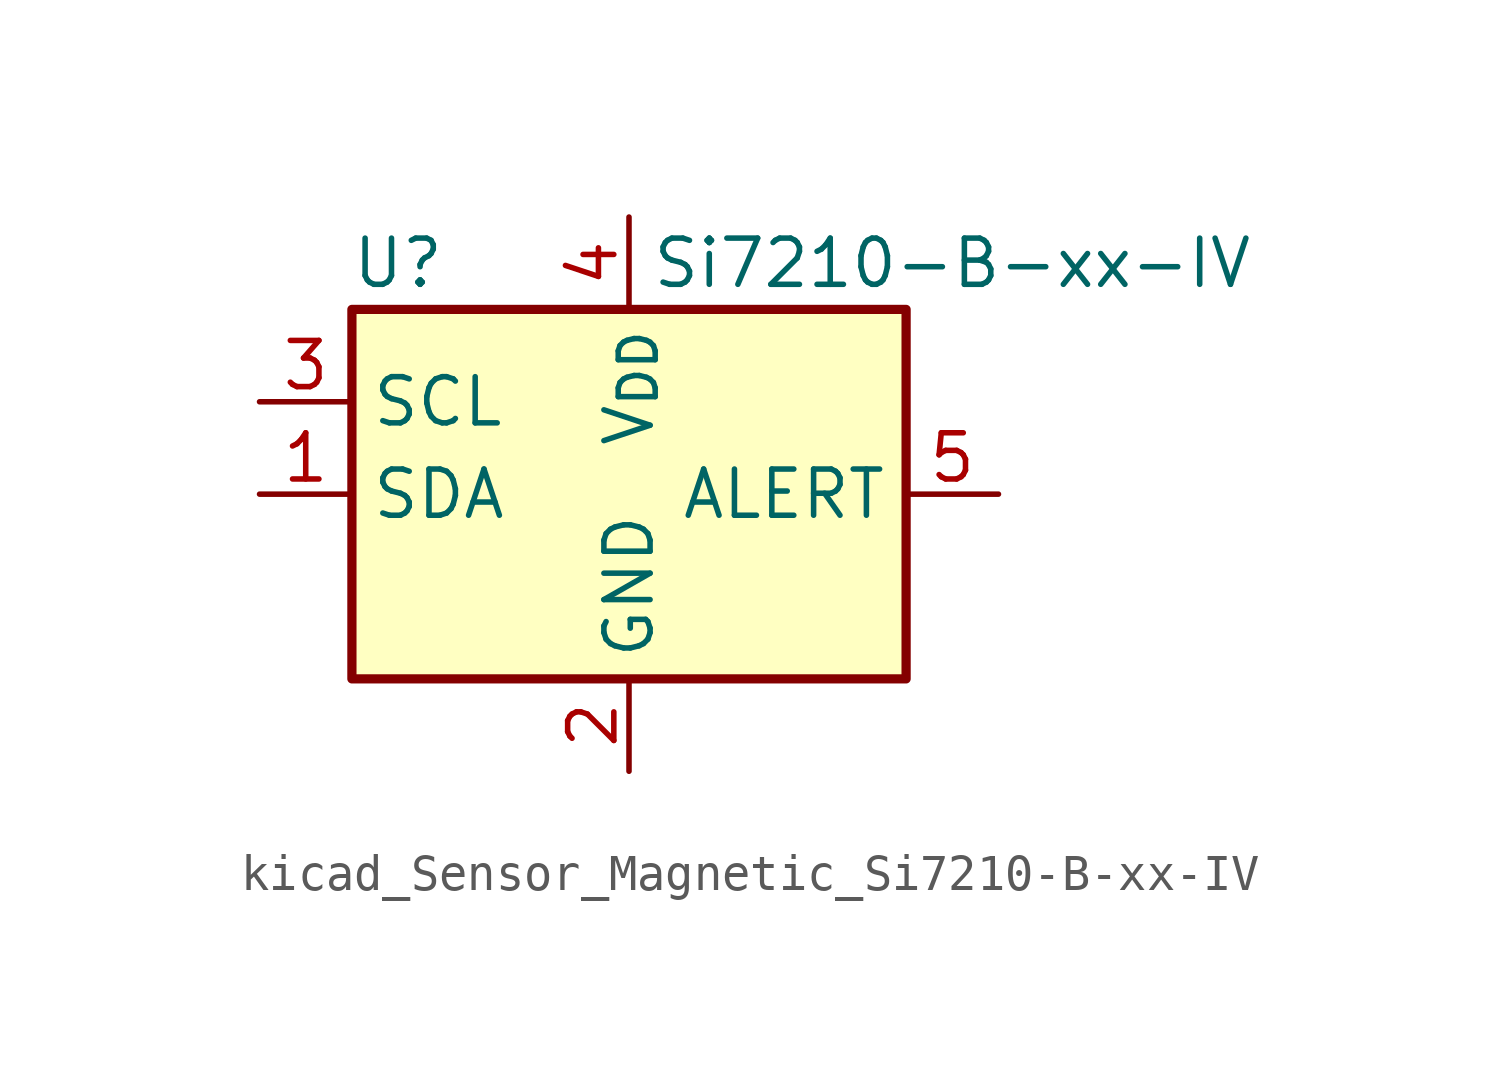
<source format=kicad_sym>
(kicad_symbol_lib
  (version 20220914)
  (generator kicad_symbol_editor)
  (symbol "kicad_Sensor_Magnetic_Si7210-B-xx-IV"
    (property "Reference" "U"
      (at -6.35 6.35 0)
      (effects (font (size 1.27 1.27))))
    (property "Value" "Si7210-B-xx-IV"
      (at 8.89 6.35 0)
      (effects (font (size 1.27 1.27))))
    (symbol "kicad_Sensor_Magnetic_Si7210-B-xx-IV_0_1"
      (rectangle (start -7.62 5.08) (end 7.62 -5.08) (stroke (width 0.254) (type default)) (fill (type background))))
    (symbol "kicad_Sensor_Magnetic_Si7210-B-xx-IV_1_1"
      (pin bidirectional line (at -10.16 0 0) (length 2.54) (name "SDA" (effects (font (size 1.27 1.27)))) (number "1" (effects (font (size 1.27 1.27)))))
      (pin power_in line (at 0 -7.62 90) (length 2.54) (name "GND" (effects (font (size 1.27 1.27)))) (number "2" (effects (font (size 1.27 1.27)))))
      (pin input line (at -10.16 2.54 0) (length 2.54) (name "SCL" (effects (font (size 1.27 1.27)))) (number "3" (effects (font (size 1.27 1.27)))))
      (pin power_in line (at 0 7.62 270) (length 2.54) (name "V_{DD}" (effects (font (size 1.27 1.27)))) (number "4" (effects (font (size 1.27 1.27)))))
      (pin output line (at 10.16 0 180) (length 2.54) (name "ALERT" (effects (font (size 1.27 1.27)))) (number "5" (effects (font (size 1.27 1.27))))))))
</source>
